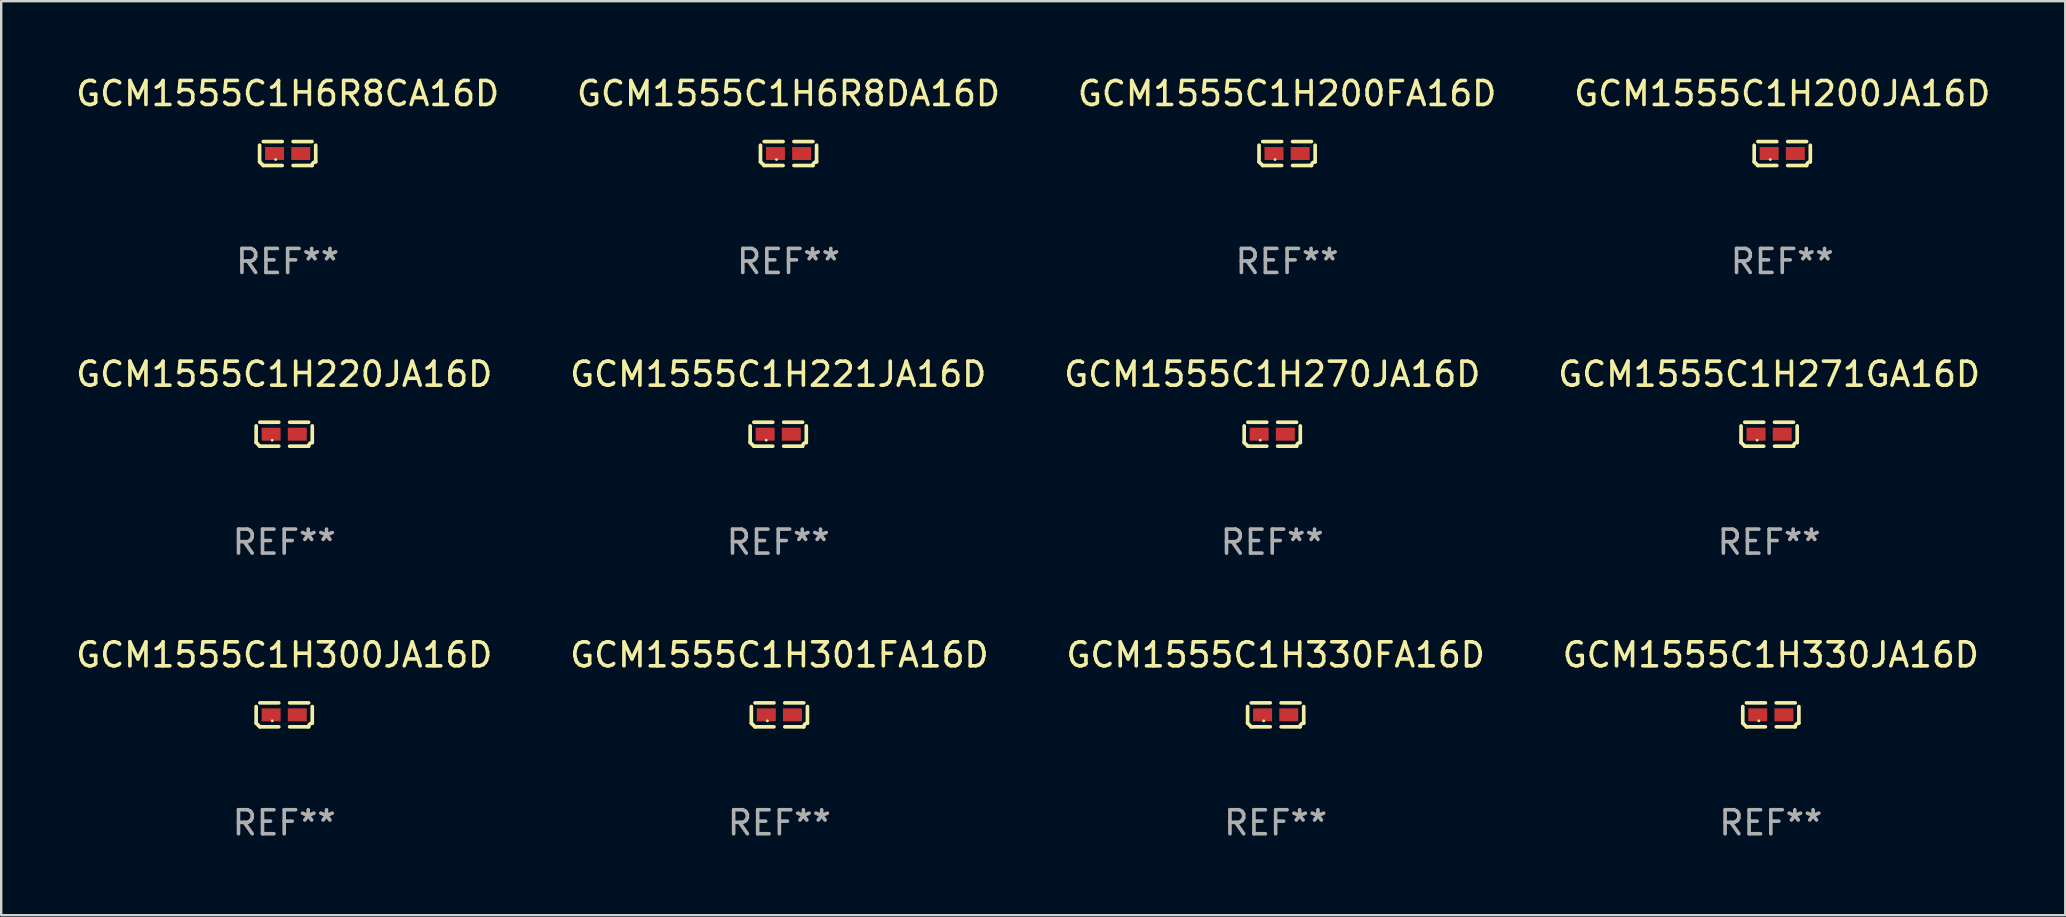
<source format=kicad_pcb>
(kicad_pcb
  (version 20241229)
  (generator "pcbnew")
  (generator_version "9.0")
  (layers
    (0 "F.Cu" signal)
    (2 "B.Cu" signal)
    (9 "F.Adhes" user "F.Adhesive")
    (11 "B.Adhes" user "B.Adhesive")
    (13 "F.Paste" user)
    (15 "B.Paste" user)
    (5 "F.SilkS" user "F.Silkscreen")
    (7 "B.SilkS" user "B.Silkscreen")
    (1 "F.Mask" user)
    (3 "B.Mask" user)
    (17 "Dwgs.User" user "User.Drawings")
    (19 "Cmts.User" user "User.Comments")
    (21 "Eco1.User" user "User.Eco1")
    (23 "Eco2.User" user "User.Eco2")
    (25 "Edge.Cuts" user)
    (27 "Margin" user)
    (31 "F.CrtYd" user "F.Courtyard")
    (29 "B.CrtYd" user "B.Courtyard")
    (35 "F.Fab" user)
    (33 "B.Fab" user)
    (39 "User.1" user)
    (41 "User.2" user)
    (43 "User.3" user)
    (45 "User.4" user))
  (footprint "GCM1555C1H271GA16D"
    (layer "F.Cu")
    (at 70.661 15.041)
    (property "Reference" "GCM1555C1H271GA16D" (at 0 -2.499 0) (layer "F.SilkS") (effects (font (size 1 1) (thickness 0.15))))
    (attr through_hole)
    (fp_line (start -1.169 0.346) (end -1.169 -0.346) (stroke (width 0.152) (type solid)) (layer "F.SilkS"))
    (fp_line (start -1.016 -0.499) (end -0.226 -0.499) (stroke (width 0.152) (type solid)) (layer "F.SilkS"))
    (fp_line (start -0.226 0.499) (end -1.016 0.499) (stroke (width 0.152) (type solid)) (layer "F.SilkS"))
    (fp_line (start 0.226 0.499) (end 1.016 0.499) (stroke (width 0.152) (type solid)) (layer "F.SilkS"))
    (fp_line (start 1.016 -0.499) (end 0.226 -0.499) (stroke (width 0.152) (type solid)) (layer "F.SilkS"))
    (fp_line (start 1.169 0.346) (end 1.169 -0.346) (stroke (width 0.152) (type solid)) (layer "F.SilkS"))
    (fp_arc (start -1.016307 0.498603) (mid -1.092512 0.422405) (end -1.16871 0.3462) (stroke (width 0.1524) (type solid)) (layer "F.SilkS"))
    (fp_arc (start 1.016307 0.498603) (mid 1.060899 0.390758) (end 1.168707 0.346076) (stroke (width 0.1524) (type solid)) (layer "F.SilkS"))
    (fp_circle (center -0.5 0.25) (end -0.47 0.25) (stroke (width 0.06) (type solid)) (fill no) (layer "F.SilkS"))
    (fp_text user "REF**" (at 0 4.499 0) (layer "F.Fab") (effects (font (size 1 1) (thickness 0.15))))
    (pad "1" smd rect (at -0.545 0) (size 0.79 0.54) (layers "F.Cu" "F.Mask" "F.Paste"))
    (pad "2" smd rect (at 0.545 0) (size 0.79 0.54) (layers "F.Cu" "F.Mask" "F.Paste")))
  (footprint "GCM1555C1H200JA16D"
    (layer "F.Cu")
    (at 71.208 3.347)
    (property "Reference" "GCM1555C1H200JA16D" (at 0 -2.499 0) (layer "F.SilkS") (effects (font (size 1 1) (thickness 0.15))))
    (attr through_hole)
    (fp_line (start -1.169 0.346) (end -1.169 -0.346) (stroke (width 0.152) (type solid)) (layer "F.SilkS"))
    (fp_line (start -1.016 -0.499) (end -0.226 -0.499) (stroke (width 0.152) (type solid)) (layer "F.SilkS"))
    (fp_line (start -0.226 0.499) (end -1.016 0.499) (stroke (width 0.152) (type solid)) (layer "F.SilkS"))
    (fp_line (start 0.226 0.499) (end 1.016 0.499) (stroke (width 0.152) (type solid)) (layer "F.SilkS"))
    (fp_line (start 1.016 -0.499) (end 0.226 -0.499) (stroke (width 0.152) (type solid)) (layer "F.SilkS"))
    (fp_line (start 1.169 0.346) (end 1.169 -0.346) (stroke (width 0.152) (type solid)) (layer "F.SilkS"))
    (fp_arc (start -1.016307 0.498603) (mid -1.092512 0.422405) (end -1.16871 0.3462) (stroke (width 0.1524) (type solid)) (layer "F.SilkS"))
    (fp_arc (start 1.016307 0.498603) (mid 1.060899 0.390758) (end 1.168707 0.346076) (stroke (width 0.1524) (type solid)) (layer "F.SilkS"))
    (fp_circle (center -0.5 0.25) (end -0.47 0.25) (stroke (width 0.06) (type solid)) (fill no) (layer "F.SilkS"))
    (fp_text user "REF**" (at 0 4.499 0) (layer "F.Fab") (effects (font (size 1 1) (thickness 0.15))))
    (pad "1" smd rect (at -0.545 0) (size 0.79 0.54) (layers "F.Cu" "F.Mask" "F.Paste"))
    (pad "2" smd rect (at 0.545 0) (size 0.79 0.54) (layers "F.Cu" "F.Mask" "F.Paste")))
  (footprint "GCM1555C1H330JA16D"
    (layer "F.Cu")
    (at 70.732 26.734)
    (property "Reference" "GCM1555C1H330JA16D" (at 0 -2.499 0) (layer "F.SilkS") (effects (font (size 1 1) (thickness 0.15))))
    (attr through_hole)
    (fp_line (start -1.169 0.346) (end -1.169 -0.346) (stroke (width 0.152) (type solid)) (layer "F.SilkS"))
    (fp_line (start -1.016 -0.499) (end -0.226 -0.499) (stroke (width 0.152) (type solid)) (layer "F.SilkS"))
    (fp_line (start -0.226 0.499) (end -1.016 0.499) (stroke (width 0.152) (type solid)) (layer "F.SilkS"))
    (fp_line (start 0.226 0.499) (end 1.016 0.499) (stroke (width 0.152) (type solid)) (layer "F.SilkS"))
    (fp_line (start 1.016 -0.499) (end 0.226 -0.499) (stroke (width 0.152) (type solid)) (layer "F.SilkS"))
    (fp_line (start 1.169 0.346) (end 1.169 -0.346) (stroke (width 0.152) (type solid)) (layer "F.SilkS"))
    (fp_arc (start -1.016307 0.498603) (mid -1.092512 0.422405) (end -1.16871 0.3462) (stroke (width 0.1524) (type solid)) (layer "F.SilkS"))
    (fp_arc (start 1.016307 0.498603) (mid 1.060899 0.390758) (end 1.168707 0.346076) (stroke (width 0.1524) (type solid)) (layer "F.SilkS"))
    (fp_circle (center -0.5 0.25) (end -0.47 0.25) (stroke (width 0.06) (type solid)) (fill no) (layer "F.SilkS"))
    (fp_text user "REF**" (at 0 4.499 0) (layer "F.Fab") (effects (font (size 1 1) (thickness 0.15))))
    (pad "1" smd rect (at -0.545 0) (size 0.79 0.54) (layers "F.Cu" "F.Mask" "F.Paste"))
    (pad "2" smd rect (at 0.545 0) (size 0.79 0.54) (layers "F.Cu" "F.Mask" "F.Paste")))
  (footprint "GCM1555C1H300JA16D"
    (layer "F.Cu")
    (at 8.792 26.734)
    (property "Reference" "GCM1555C1H300JA16D" (at 0 -2.499 0) (layer "F.SilkS") (effects (font (size 1 1) (thickness 0.15))))
    (attr through_hole)
    (fp_line (start -1.169 0.346) (end -1.169 -0.346) (stroke (width 0.152) (type solid)) (layer "F.SilkS"))
    (fp_line (start -1.016 -0.499) (end -0.226 -0.499) (stroke (width 0.152) (type solid)) (layer "F.SilkS"))
    (fp_line (start -0.226 0.499) (end -1.016 0.499) (stroke (width 0.152) (type solid)) (layer "F.SilkS"))
    (fp_line (start 0.226 0.499) (end 1.016 0.499) (stroke (width 0.152) (type solid)) (layer "F.SilkS"))
    (fp_line (start 1.016 -0.499) (end 0.226 -0.499) (stroke (width 0.152) (type solid)) (layer "F.SilkS"))
    (fp_line (start 1.169 0.346) (end 1.169 -0.346) (stroke (width 0.152) (type solid)) (layer "F.SilkS"))
    (fp_arc (start -1.016307 0.498603) (mid -1.092512 0.422405) (end -1.16871 0.3462) (stroke (width 0.1524) (type solid)) (layer "F.SilkS"))
    (fp_arc (start 1.016307 0.498603) (mid 1.060899 0.390758) (end 1.168707 0.346076) (stroke (width 0.1524) (type solid)) (layer "F.SilkS"))
    (fp_circle (center -0.5 0.25) (end -0.47 0.25) (stroke (width 0.06) (type solid)) (fill no) (layer "F.SilkS"))
    (fp_text user "REF**" (at 0 4.499 0) (layer "F.Fab") (effects (font (size 1 1) (thickness 0.15))))
    (pad "1" smd rect (at -0.545 0) (size 0.79 0.54) (layers "F.Cu" "F.Mask" "F.Paste"))
    (pad "2" smd rect (at 0.545 0) (size 0.79 0.54) (layers "F.Cu" "F.Mask" "F.Paste")))
  (footprint "GCM1555C1H200FA16D"
    (layer "F.Cu")
    (at 50.577 3.347)
    (property "Reference" "GCM1555C1H200FA16D" (at 0 -2.499 0) (layer "F.SilkS") (effects (font (size 1 1) (thickness 0.15))))
    (attr through_hole)
    (fp_line (start -1.169 0.346) (end -1.169 -0.346) (stroke (width 0.152) (type solid)) (layer "F.SilkS"))
    (fp_line (start -1.016 -0.499) (end -0.226 -0.499) (stroke (width 0.152) (type solid)) (layer "F.SilkS"))
    (fp_line (start -0.226 0.499) (end -1.016 0.499) (stroke (width 0.152) (type solid)) (layer "F.SilkS"))
    (fp_line (start 0.226 0.499) (end 1.016 0.499) (stroke (width 0.152) (type solid)) (layer "F.SilkS"))
    (fp_line (start 1.016 -0.499) (end 0.226 -0.499) (stroke (width 0.152) (type solid)) (layer "F.SilkS"))
    (fp_line (start 1.169 0.346) (end 1.169 -0.346) (stroke (width 0.152) (type solid)) (layer "F.SilkS"))
    (fp_arc (start -1.016307 0.498603) (mid -1.092512 0.422405) (end -1.16871 0.3462) (stroke (width 0.1524) (type solid)) (layer "F.SilkS"))
    (fp_arc (start 1.016307 0.498603) (mid 1.060899 0.390758) (end 1.168707 0.346076) (stroke (width 0.1524) (type solid)) (layer "F.SilkS"))
    (fp_circle (center -0.5 0.25) (end -0.47 0.25) (stroke (width 0.06) (type solid)) (fill no) (layer "F.SilkS"))
    (fp_text user "REF**" (at 0 4.499 0) (layer "F.Fab") (effects (font (size 1 1) (thickness 0.15))))
    (pad "1" smd rect (at -0.545 0) (size 0.79 0.54) (layers "F.Cu" "F.Mask" "F.Paste"))
    (pad "2" smd rect (at 0.545 0) (size 0.79 0.54) (layers "F.Cu" "F.Mask" "F.Paste")))
  (footprint "GCM1555C1H220JA16D"
    (layer "F.Cu")
    (at 8.792 15.041)
    (property "Reference" "GCM1555C1H220JA16D" (at 0 -2.499 0) (layer "F.SilkS") (effects (font (size 1 1) (thickness 0.15))))
    (attr through_hole)
    (fp_line (start -1.169 0.346) (end -1.169 -0.346) (stroke (width 0.152) (type solid)) (layer "F.SilkS"))
    (fp_line (start -1.016 -0.499) (end -0.226 -0.499) (stroke (width 0.152) (type solid)) (layer "F.SilkS"))
    (fp_line (start -0.226 0.499) (end -1.016 0.499) (stroke (width 0.152) (type solid)) (layer "F.SilkS"))
    (fp_line (start 0.226 0.499) (end 1.016 0.499) (stroke (width 0.152) (type solid)) (layer "F.SilkS"))
    (fp_line (start 1.016 -0.499) (end 0.226 -0.499) (stroke (width 0.152) (type solid)) (layer "F.SilkS"))
    (fp_line (start 1.169 0.346) (end 1.169 -0.346) (stroke (width 0.152) (type solid)) (layer "F.SilkS"))
    (fp_arc (start -1.016307 0.498603) (mid -1.092512 0.422405) (end -1.16871 0.3462) (stroke (width 0.1524) (type solid)) (layer "F.SilkS"))
    (fp_arc (start 1.016307 0.498603) (mid 1.060899 0.390758) (end 1.168707 0.346076) (stroke (width 0.1524) (type solid)) (layer "F.SilkS"))
    (fp_circle (center -0.5 0.25) (end -0.47 0.25) (stroke (width 0.06) (type solid)) (fill no) (layer "F.SilkS"))
    (fp_text user "REF**" (at 0 4.499 0) (layer "F.Fab") (effects (font (size 1 1) (thickness 0.15))))
    (pad "1" smd rect (at -0.545 0) (size 0.79 0.54) (layers "F.Cu" "F.Mask" "F.Paste"))
    (pad "2" smd rect (at 0.545 0) (size 0.79 0.54) (layers "F.Cu" "F.Mask" "F.Paste")))
  (footprint "GCM1555C1H270JA16D"
    (layer "F.Cu")
    (at 49.958 15.041)
    (property "Reference" "GCM1555C1H270JA16D" (at 0 -2.499 0) (layer "F.SilkS") (effects (font (size 1 1) (thickness 0.15))))
    (attr through_hole)
    (fp_line (start -1.169 0.346) (end -1.169 -0.346) (stroke (width 0.152) (type solid)) (layer "F.SilkS"))
    (fp_line (start -1.016 -0.499) (end -0.226 -0.499) (stroke (width 0.152) (type solid)) (layer "F.SilkS"))
    (fp_line (start -0.226 0.499) (end -1.016 0.499) (stroke (width 0.152) (type solid)) (layer "F.SilkS"))
    (fp_line (start 0.226 0.499) (end 1.016 0.499) (stroke (width 0.152) (type solid)) (layer "F.SilkS"))
    (fp_line (start 1.016 -0.499) (end 0.226 -0.499) (stroke (width 0.152) (type solid)) (layer "F.SilkS"))
    (fp_line (start 1.169 0.346) (end 1.169 -0.346) (stroke (width 0.152) (type solid)) (layer "F.SilkS"))
    (fp_arc (start -1.016307 0.498603) (mid -1.092512 0.422405) (end -1.16871 0.3462) (stroke (width 0.1524) (type solid)) (layer "F.SilkS"))
    (fp_arc (start 1.016307 0.498603) (mid 1.060899 0.390758) (end 1.168707 0.346076) (stroke (width 0.1524) (type solid)) (layer "F.SilkS"))
    (fp_circle (center -0.5 0.25) (end -0.47 0.25) (stroke (width 0.06) (type solid)) (fill no) (layer "F.SilkS"))
    (fp_text user "REF**" (at 0 4.499 0) (layer "F.Fab") (effects (font (size 1 1) (thickness 0.15))))
    (pad "1" smd rect (at -0.545 0) (size 0.79 0.54) (layers "F.Cu" "F.Mask" "F.Paste"))
    (pad "2" smd rect (at 0.545 0) (size 0.79 0.54) (layers "F.Cu" "F.Mask" "F.Paste")))
  (footprint "GCM1555C1H221JA16D"
    (layer "F.Cu")
    (at 29.375 15.041)
    (property "Reference" "GCM1555C1H221JA16D" (at 0 -2.499 0) (layer "F.SilkS") (effects (font (size 1 1) (thickness 0.15))))
    (attr through_hole)
    (fp_line (start -1.169 0.346) (end -1.169 -0.346) (stroke (width 0.152) (type solid)) (layer "F.SilkS"))
    (fp_line (start -1.016 -0.499) (end -0.226 -0.499) (stroke (width 0.152) (type solid)) (layer "F.SilkS"))
    (fp_line (start -0.226 0.499) (end -1.016 0.499) (stroke (width 0.152) (type solid)) (layer "F.SilkS"))
    (fp_line (start 0.226 0.499) (end 1.016 0.499) (stroke (width 0.152) (type solid)) (layer "F.SilkS"))
    (fp_line (start 1.016 -0.499) (end 0.226 -0.499) (stroke (width 0.152) (type solid)) (layer "F.SilkS"))
    (fp_line (start 1.169 0.346) (end 1.169 -0.346) (stroke (width 0.152) (type solid)) (layer "F.SilkS"))
    (fp_arc (start -1.016307 0.498603) (mid -1.092512 0.422405) (end -1.16871 0.3462) (stroke (width 0.1524) (type solid)) (layer "F.SilkS"))
    (fp_arc (start 1.016307 0.498603) (mid 1.060899 0.390758) (end 1.168707 0.346076) (stroke (width 0.1524) (type solid)) (layer "F.SilkS"))
    (fp_circle (center -0.5 0.25) (end -0.47 0.25) (stroke (width 0.06) (type solid)) (fill no) (layer "F.SilkS"))
    (fp_text user "REF**" (at 0 4.499 0) (layer "F.Fab") (effects (font (size 1 1) (thickness 0.15))))
    (pad "1" smd rect (at -0.545 0) (size 0.79 0.54) (layers "F.Cu" "F.Mask" "F.Paste"))
    (pad "2" smd rect (at 0.545 0) (size 0.79 0.54) (layers "F.Cu" "F.Mask" "F.Paste")))
  (footprint "GCM1555C1H330FA16D"
    (layer "F.Cu")
    (at 50.101 26.734)
    (property "Reference" "GCM1555C1H330FA16D" (at 0 -2.499 0) (layer "F.SilkS") (effects (font (size 1 1) (thickness 0.15))))
    (attr through_hole)
    (fp_line (start -1.169 0.346) (end -1.169 -0.346) (stroke (width 0.152) (type solid)) (layer "F.SilkS"))
    (fp_line (start -1.016 -0.499) (end -0.226 -0.499) (stroke (width 0.152) (type solid)) (layer "F.SilkS"))
    (fp_line (start -0.226 0.499) (end -1.016 0.499) (stroke (width 0.152) (type solid)) (layer "F.SilkS"))
    (fp_line (start 0.226 0.499) (end 1.016 0.499) (stroke (width 0.152) (type solid)) (layer "F.SilkS"))
    (fp_line (start 1.016 -0.499) (end 0.226 -0.499) (stroke (width 0.152) (type solid)) (layer "F.SilkS"))
    (fp_line (start 1.169 0.346) (end 1.169 -0.346) (stroke (width 0.152) (type solid)) (layer "F.SilkS"))
    (fp_arc (start -1.016307 0.498603) (mid -1.092512 0.422405) (end -1.16871 0.3462) (stroke (width 0.1524) (type solid)) (layer "F.SilkS"))
    (fp_arc (start 1.016307 0.498603) (mid 1.060899 0.390758) (end 1.168707 0.346076) (stroke (width 0.1524) (type solid)) (layer "F.SilkS"))
    (fp_circle (center -0.5 0.25) (end -0.47 0.25) (stroke (width 0.06) (type solid)) (fill no) (layer "F.SilkS"))
    (fp_text user "REF**" (at 0 4.499 0) (layer "F.Fab") (effects (font (size 1 1) (thickness 0.15))))
    (pad "1" smd rect (at -0.545 0) (size 0.79 0.54) (layers "F.Cu" "F.Mask" "F.Paste"))
    (pad "2" smd rect (at 0.545 0) (size 0.79 0.54) (layers "F.Cu" "F.Mask" "F.Paste")))
  (footprint "GCM1555C1H301FA16D"
    (layer "F.Cu")
    (at 29.423 26.734)
    (property "Reference" "GCM1555C1H301FA16D" (at 0 -2.499 0) (layer "F.SilkS") (effects (font (size 1 1) (thickness 0.15))))
    (attr through_hole)
    (fp_line (start -1.169 0.346) (end -1.169 -0.346) (stroke (width 0.152) (type solid)) (layer "F.SilkS"))
    (fp_line (start -1.016 -0.499) (end -0.226 -0.499) (stroke (width 0.152) (type solid)) (layer "F.SilkS"))
    (fp_line (start -0.226 0.499) (end -1.016 0.499) (stroke (width 0.152) (type solid)) (layer "F.SilkS"))
    (fp_line (start 0.226 0.499) (end 1.016 0.499) (stroke (width 0.152) (type solid)) (layer "F.SilkS"))
    (fp_line (start 1.016 -0.499) (end 0.226 -0.499) (stroke (width 0.152) (type solid)) (layer "F.SilkS"))
    (fp_line (start 1.169 0.346) (end 1.169 -0.346) (stroke (width 0.152) (type solid)) (layer "F.SilkS"))
    (fp_arc (start -1.016307 0.498603) (mid -1.092512 0.422405) (end -1.16871 0.3462) (stroke (width 0.1524) (type solid)) (layer "F.SilkS"))
    (fp_arc (start 1.016307 0.498603) (mid 1.060899 0.390758) (end 1.168707 0.346076) (stroke (width 0.1524) (type solid)) (layer "F.SilkS"))
    (fp_circle (center -0.5 0.25) (end -0.47 0.25) (stroke (width 0.06) (type solid)) (fill no) (layer "F.SilkS"))
    (fp_text user "REF**" (at 0 4.499 0) (layer "F.Fab") (effects (font (size 1 1) (thickness 0.15))))
    (pad "1" smd rect (at -0.545 0) (size 0.79 0.54) (layers "F.Cu" "F.Mask" "F.Paste"))
    (pad "2" smd rect (at 0.545 0) (size 0.79 0.54) (layers "F.Cu" "F.Mask" "F.Paste")))
  (footprint "GCM1555C1H6R8DA16D"
    (layer "F.Cu")
    (at 29.804 3.347)
    (property "Reference" "GCM1555C1H6R8DA16D" (at 0 -2.499 0) (layer "F.SilkS") (effects (font (size 1 1) (thickness 0.15))))
    (attr through_hole)
    (fp_line (start -1.169 0.346) (end -1.169 -0.346) (stroke (width 0.152) (type solid)) (layer "F.SilkS"))
    (fp_line (start -1.016 -0.499) (end -0.226 -0.499) (stroke (width 0.152) (type solid)) (layer "F.SilkS"))
    (fp_line (start -0.226 0.499) (end -1.016 0.499) (stroke (width 0.152) (type solid)) (layer "F.SilkS"))
    (fp_line (start 0.226 0.499) (end 1.016 0.499) (stroke (width 0.152) (type solid)) (layer "F.SilkS"))
    (fp_line (start 1.016 -0.499) (end 0.226 -0.499) (stroke (width 0.152) (type solid)) (layer "F.SilkS"))
    (fp_line (start 1.169 0.346) (end 1.169 -0.346) (stroke (width 0.152) (type solid)) (layer "F.SilkS"))
    (fp_arc (start -1.016307 0.498603) (mid -1.092512 0.422405) (end -1.16871 0.3462) (stroke (width 0.1524) (type solid)) (layer "F.SilkS"))
    (fp_arc (start 1.016307 0.498603) (mid 1.060899 0.390758) (end 1.168707 0.346076) (stroke (width 0.1524) (type solid)) (layer "F.SilkS"))
    (fp_circle (center -0.5 0.25) (end -0.47 0.25) (stroke (width 0.06) (type solid)) (fill no) (layer "F.SilkS"))
    (fp_text user "REF**" (at 0 4.499 0) (layer "F.Fab") (effects (font (size 1 1) (thickness 0.15))))
    (pad "1" smd rect (at -0.545 0) (size 0.79 0.54) (layers "F.Cu" "F.Mask" "F.Paste"))
    (pad "2" smd rect (at 0.545 0) (size 0.79 0.54) (layers "F.Cu" "F.Mask" "F.Paste")))
  (footprint "GCM1555C1H6R8CA16D"
    (layer "F.Cu")
    (at 8.935 3.347)
    (property "Reference" "GCM1555C1H6R8CA16D" (at 0 -2.499 0) (layer "F.SilkS") (effects (font (size 1 1) (thickness 0.15))))
    (attr through_hole)
    (fp_line (start -1.169 0.346) (end -1.169 -0.346) (stroke (width 0.152) (type solid)) (layer "F.SilkS"))
    (fp_line (start -1.016 -0.499) (end -0.226 -0.499) (stroke (width 0.152) (type solid)) (layer "F.SilkS"))
    (fp_line (start -0.226 0.499) (end -1.016 0.499) (stroke (width 0.152) (type solid)) (layer "F.SilkS"))
    (fp_line (start 0.226 0.499) (end 1.016 0.499) (stroke (width 0.152) (type solid)) (layer "F.SilkS"))
    (fp_line (start 1.016 -0.499) (end 0.226 -0.499) (stroke (width 0.152) (type solid)) (layer "F.SilkS"))
    (fp_line (start 1.169 0.346) (end 1.169 -0.346) (stroke (width 0.152) (type solid)) (layer "F.SilkS"))
    (fp_arc (start -1.016307 0.498603) (mid -1.092512 0.422405) (end -1.16871 0.3462) (stroke (width 0.1524) (type solid)) (layer "F.SilkS"))
    (fp_arc (start 1.016307 0.498603) (mid 1.060899 0.390758) (end 1.168707 0.346076) (stroke (width 0.1524) (type solid)) (layer "F.SilkS"))
    (fp_circle (center -0.5 0.25) (end -0.47 0.25) (stroke (width 0.06) (type solid)) (fill no) (layer "F.SilkS"))
    (fp_text user "REF**" (at 0 4.499 0) (layer "F.Fab") (effects (font (size 1 1) (thickness 0.15))))
    (pad "1" smd rect (at -0.545 0) (size 0.79 0.54) (layers "F.Cu" "F.Mask" "F.Paste"))
    (pad "2" smd rect (at 0.545 0) (size 0.79 0.54) (layers "F.Cu" "F.Mask" "F.Paste")))
  (gr_rect
    (start -3 -3)
    (end 83 35.081)
    (stroke (width 0.1) (type default))
    (fill no)
    (layer "Edge.Cuts")))
</source>
